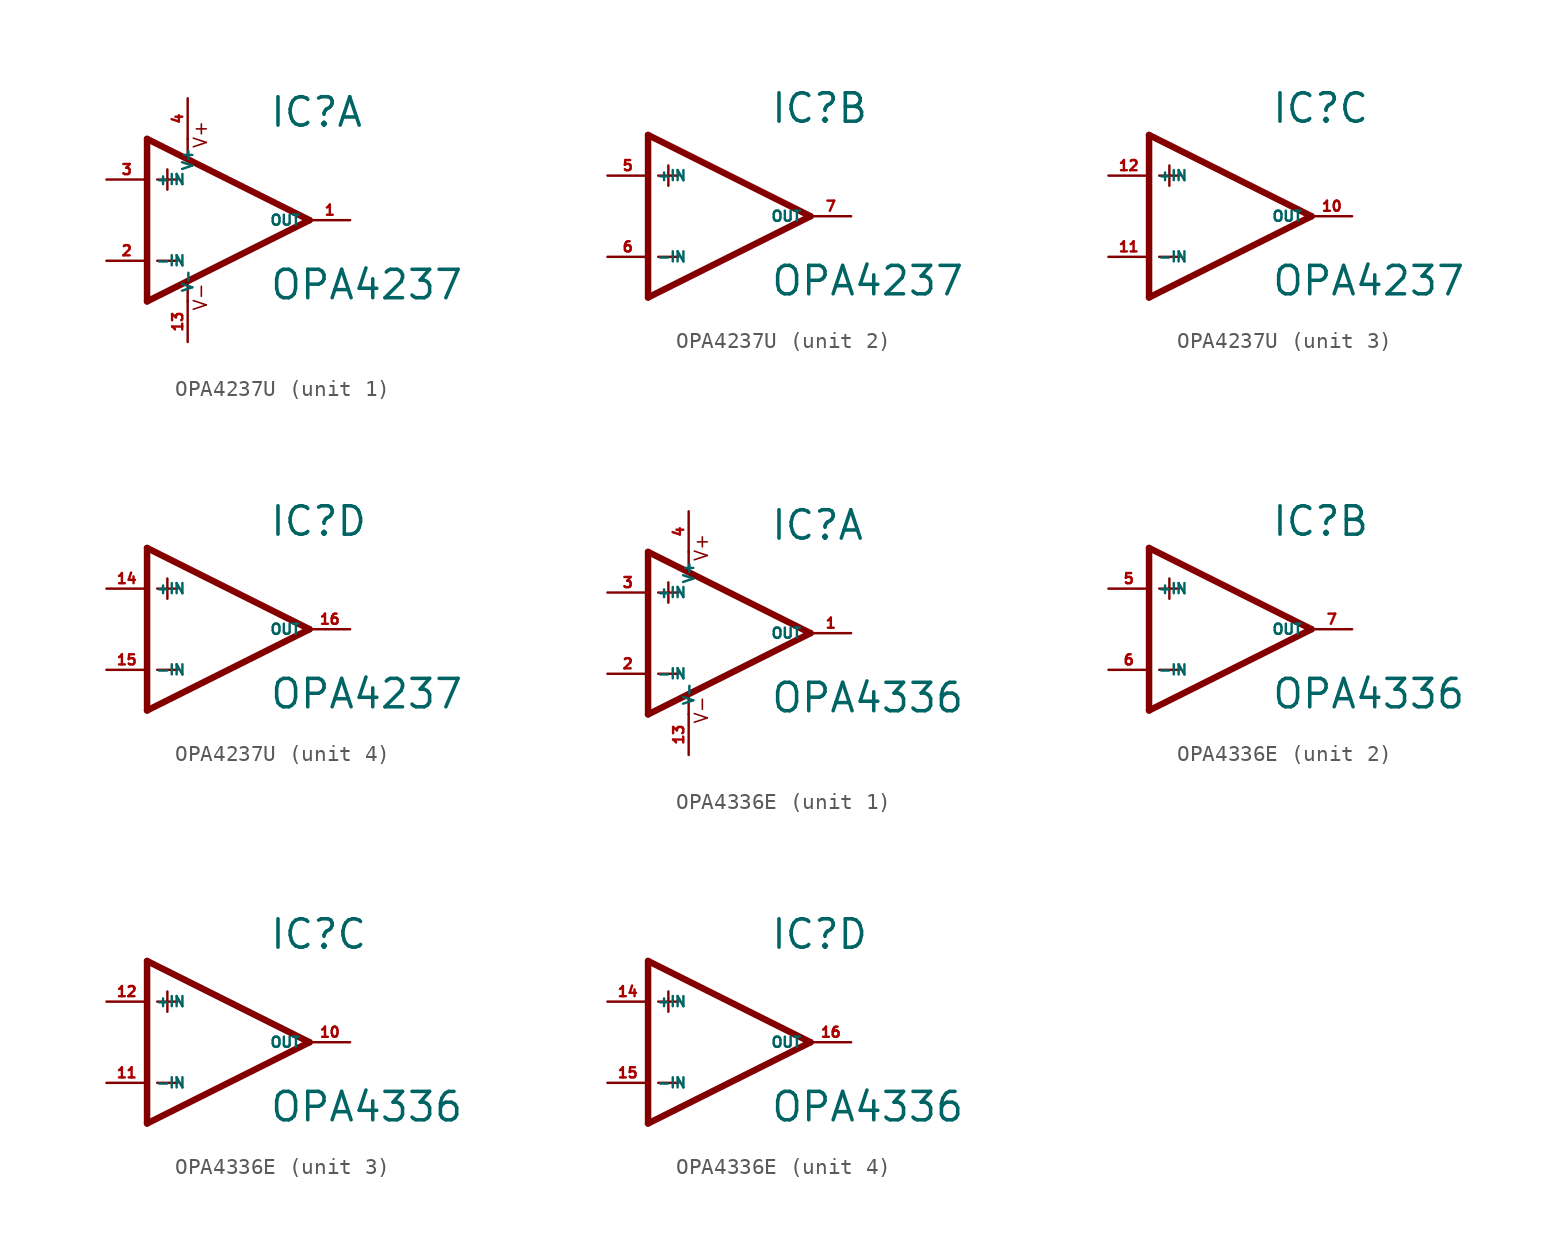
<source format=kicad_sym>
(kicad_symbol_lib
  (version 20220914)
  (generator Eagle2Kicad)
  (symbol "OPA4237U"
    (property "Reference" "IC"
      (at 2.54 5.715 0)
      (effects (font (size 1.778 1.778) (thickness 0.22)) (justify left bottom)))
    (property "Value" "OPA4237"
      (at 2.54 -5.08 0)
      (effects (font (size 1.778 1.778) (thickness 0.22)) (justify left bottom)))
    (symbol "OPA4237U_1_0"
      (polyline (pts (xy -3.81 3.175) (xy -3.81 1.905)) (stroke (width 0.152) (type default)) (fill (type none)))
      (polyline (pts (xy -4.445 2.54) (xy -3.175 2.54)) (stroke (width 0.152) (type default)) (fill (type none)))
      (polyline (pts (xy -4.445 -2.54) (xy -3.175 -2.54)) (stroke (width 0.152) (type default)) (fill (type none)))
      (polyline (pts (xy -2.54 5.08) (xy -2.54 3.886)) (stroke (width 0.152) (type default)) (fill (type none)))
      (polyline (pts (xy -2.54 -3.912) (xy -2.54 -5.08)) (stroke (width 0.152) (type default)) (fill (type none)))
      (polyline (pts (xy 5.08 0) (xy -5.08 5.08)) (stroke (width 0.406) (type default)) (fill (type none)))
      (polyline (pts (xy -5.08 5.08) (xy -5.08 -5.08)) (stroke (width 0.406) (type default)) (fill (type none)))
      (polyline (pts (xy -5.08 -5.08) (xy 5.08 0)) (stroke (width 0.406) (type default)) (fill (type none)))
      (text "V+" (at -1.27 4.445 900) (effects (font (size 0.813 0.813) (thickness 0.10)) (justify left bottom)))
      (text "V-" (at -1.27 -5.715 900) (effects (font (size 0.813 0.813) (thickness 0.10)) (justify left bottom)))
      (pin input line (at -7.62 -2.54 0) (length 2.54) (name "-IN" (effects (font (size 0.635 0.635) (thickness 0.08)) (justify left bottom))) (number "2" (effects (font (size 0.635 0.635) (thickness 0.08)) (justify left bottom))))
      (pin input line (at -7.62 2.54 0) (length 2.54) (name "+IN" (effects (font (size 0.635 0.635) (thickness 0.08)) (justify left bottom))) (number "3" (effects (font (size 0.635 0.635) (thickness 0.08)) (justify left bottom))))
      (pin output line (at 7.62 0 180) (length 2.54) (name "OUT" (effects (font (size 0.635 0.635) (thickness 0.08)) (justify left bottom))) (number "1" (effects (font (size 0.635 0.635) (thickness 0.08)) (justify left bottom))))
      (pin unspecified line (at -2.54 7.62 270) (length 2.54) (name "V+" (effects (font (size 0.635 0.635) (thickness 0.08)) (justify left bottom))) (number "4" (effects (font (size 0.635 0.635) (thickness 0.08)) (justify left bottom))))
      (pin unspecified line (at -2.54 -7.62 90) (length 2.54) (name "V-" (effects (font (size 0.635 0.635) (thickness 0.08)) (justify left bottom))) (number "13" (effects (font (size 0.635 0.635) (thickness 0.08)) (justify left bottom)))))
    (symbol "OPA4237U_2_0"
      (polyline (pts (xy -3.81 3.175) (xy -3.81 1.905)) (stroke (width 0.152) (type default)) (fill (type none)))
      (polyline (pts (xy -4.445 2.54) (xy -3.175 2.54)) (stroke (width 0.152) (type default)) (fill (type none)))
      (polyline (pts (xy -4.445 -2.54) (xy -3.175 -2.54)) (stroke (width 0.152) (type default)) (fill (type none)))
      (polyline (pts (xy 5.08 0) (xy -5.08 5.08)) (stroke (width 0.406) (type default)) (fill (type none)))
      (polyline (pts (xy -5.08 5.08) (xy -5.08 -5.08)) (stroke (width 0.406) (type default)) (fill (type none)))
      (polyline (pts (xy -5.08 -5.08) (xy 5.08 0)) (stroke (width 0.406) (type default)) (fill (type none)))
      (pin input line (at -7.62 -2.54 0) (length 2.54) (name "-IN" (effects (font (size 0.635 0.635) (thickness 0.08)) (justify left bottom))) (number "6" (effects (font (size 0.635 0.635) (thickness 0.08)) (justify left bottom))))
      (pin input line (at -7.62 2.54 0) (length 2.54) (name "+IN" (effects (font (size 0.635 0.635) (thickness 0.08)) (justify left bottom))) (number "5" (effects (font (size 0.635 0.635) (thickness 0.08)) (justify left bottom))))
      (pin output line (at 7.62 0 180) (length 2.54) (name "OUT" (effects (font (size 0.635 0.635) (thickness 0.08)) (justify left bottom))) (number "7" (effects (font (size 0.635 0.635) (thickness 0.08)) (justify left bottom)))))
    (symbol "OPA4237U_3_0"
      (polyline (pts (xy -3.81 3.175) (xy -3.81 1.905)) (stroke (width 0.152) (type default)) (fill (type none)))
      (polyline (pts (xy -4.445 2.54) (xy -3.175 2.54)) (stroke (width 0.152) (type default)) (fill (type none)))
      (polyline (pts (xy -4.445 -2.54) (xy -3.175 -2.54)) (stroke (width 0.152) (type default)) (fill (type none)))
      (polyline (pts (xy 5.08 0) (xy -5.08 5.08)) (stroke (width 0.406) (type default)) (fill (type none)))
      (polyline (pts (xy -5.08 5.08) (xy -5.08 -5.08)) (stroke (width 0.406) (type default)) (fill (type none)))
      (polyline (pts (xy -5.08 -5.08) (xy 5.08 0)) (stroke (width 0.406) (type default)) (fill (type none)))
      (pin input line (at -7.62 -2.54 0) (length 2.54) (name "-IN" (effects (font (size 0.635 0.635) (thickness 0.08)) (justify left bottom))) (number "11" (effects (font (size 0.635 0.635) (thickness 0.08)) (justify left bottom))))
      (pin input line (at -7.62 2.54 0) (length 2.54) (name "+IN" (effects (font (size 0.635 0.635) (thickness 0.08)) (justify left bottom))) (number "12" (effects (font (size 0.635 0.635) (thickness 0.08)) (justify left bottom))))
      (pin output line (at 7.62 0 180) (length 2.54) (name "OUT" (effects (font (size 0.635 0.635) (thickness 0.08)) (justify left bottom))) (number "10" (effects (font (size 0.635 0.635) (thickness 0.08)) (justify left bottom)))))
    (symbol "OPA4237U_4_0"
      (polyline (pts (xy -3.81 3.175) (xy -3.81 1.905)) (stroke (width 0.152) (type default)) (fill (type none)))
      (polyline (pts (xy -4.445 2.54) (xy -3.175 2.54)) (stroke (width 0.152) (type default)) (fill (type none)))
      (polyline (pts (xy -4.445 -2.54) (xy -3.175 -2.54)) (stroke (width 0.152) (type default)) (fill (type none)))
      (polyline (pts (xy 5.08 0) (xy -5.08 5.08)) (stroke (width 0.406) (type default)) (fill (type none)))
      (polyline (pts (xy -5.08 5.08) (xy -5.08 -5.08)) (stroke (width 0.406) (type default)) (fill (type none)))
      (polyline (pts (xy -5.08 -5.08) (xy 5.08 0)) (stroke (width 0.406) (type default)) (fill (type none)))
      (pin input line (at -7.62 -2.54 0) (length 2.54) (name "-IN" (effects (font (size 0.635 0.635) (thickness 0.08)) (justify left bottom))) (number "15" (effects (font (size 0.635 0.635) (thickness 0.08)) (justify left bottom))))
      (pin input line (at -7.62 2.54 0) (length 2.54) (name "+IN" (effects (font (size 0.635 0.635) (thickness 0.08)) (justify left bottom))) (number "14" (effects (font (size 0.635 0.635) (thickness 0.08)) (justify left bottom))))
      (pin output line (at 7.62 0 180) (length 2.54) (name "OUT" (effects (font (size 0.635 0.635) (thickness 0.08)) (justify left bottom))) (number "16" (effects (font (size 0.635 0.635) (thickness 0.08)) (justify left bottom))))))
  (symbol "OPA4336E"
    (property "Reference" "IC"
      (at 2.54 5.715 0)
      (effects (font (size 1.778 1.778) (thickness 0.22)) (justify left bottom)))
    (property "Value" "OPA4336"
      (at 2.54 -5.08 0)
      (effects (font (size 1.778 1.778) (thickness 0.22)) (justify left bottom)))
    (symbol "OPA4336E_1_0"
      (polyline (pts (xy -3.81 3.175) (xy -3.81 1.905)) (stroke (width 0.152) (type default)) (fill (type none)))
      (polyline (pts (xy -4.445 2.54) (xy -3.175 2.54)) (stroke (width 0.152) (type default)) (fill (type none)))
      (polyline (pts (xy -4.445 -2.54) (xy -3.175 -2.54)) (stroke (width 0.152) (type default)) (fill (type none)))
      (polyline (pts (xy -2.54 5.08) (xy -2.54 3.886)) (stroke (width 0.152) (type default)) (fill (type none)))
      (polyline (pts (xy -2.54 -3.912) (xy -2.54 -5.08)) (stroke (width 0.152) (type default)) (fill (type none)))
      (polyline (pts (xy 5.08 0) (xy -5.08 5.08)) (stroke (width 0.406) (type default)) (fill (type none)))
      (polyline (pts (xy -5.08 5.08) (xy -5.08 -5.08)) (stroke (width 0.406) (type default)) (fill (type none)))
      (polyline (pts (xy -5.08 -5.08) (xy 5.08 0)) (stroke (width 0.406) (type default)) (fill (type none)))
      (text "V+" (at -1.27 4.445 900) (effects (font (size 0.813 0.813) (thickness 0.10)) (justify left bottom)))
      (text "V-" (at -1.27 -5.715 900) (effects (font (size 0.813 0.813) (thickness 0.10)) (justify left bottom)))
      (pin input line (at -7.62 -2.54 0) (length 2.54) (name "-IN" (effects (font (size 0.635 0.635) (thickness 0.08)) (justify left bottom))) (number "2" (effects (font (size 0.635 0.635) (thickness 0.08)) (justify left bottom))))
      (pin input line (at -7.62 2.54 0) (length 2.54) (name "+IN" (effects (font (size 0.635 0.635) (thickness 0.08)) (justify left bottom))) (number "3" (effects (font (size 0.635 0.635) (thickness 0.08)) (justify left bottom))))
      (pin output line (at 7.62 0 180) (length 2.54) (name "OUT" (effects (font (size 0.635 0.635) (thickness 0.08)) (justify left bottom))) (number "1" (effects (font (size 0.635 0.635) (thickness 0.08)) (justify left bottom))))
      (pin unspecified line (at -2.54 7.62 270) (length 2.54) (name "V+" (effects (font (size 0.635 0.635) (thickness 0.08)) (justify left bottom))) (number "4" (effects (font (size 0.635 0.635) (thickness 0.08)) (justify left bottom))))
      (pin unspecified line (at -2.54 -7.62 90) (length 2.54) (name "V-" (effects (font (size 0.635 0.635) (thickness 0.08)) (justify left bottom))) (number "13" (effects (font (size 0.635 0.635) (thickness 0.08)) (justify left bottom)))))
    (symbol "OPA4336E_2_0"
      (polyline (pts (xy -3.81 3.175) (xy -3.81 1.905)) (stroke (width 0.152) (type default)) (fill (type none)))
      (polyline (pts (xy -4.445 2.54) (xy -3.175 2.54)) (stroke (width 0.152) (type default)) (fill (type none)))
      (polyline (pts (xy -4.445 -2.54) (xy -3.175 -2.54)) (stroke (width 0.152) (type default)) (fill (type none)))
      (polyline (pts (xy 5.08 0) (xy -5.08 5.08)) (stroke (width 0.406) (type default)) (fill (type none)))
      (polyline (pts (xy -5.08 5.08) (xy -5.08 -5.08)) (stroke (width 0.406) (type default)) (fill (type none)))
      (polyline (pts (xy -5.08 -5.08) (xy 5.08 0)) (stroke (width 0.406) (type default)) (fill (type none)))
      (pin input line (at -7.62 -2.54 0) (length 2.54) (name "-IN" (effects (font (size 0.635 0.635) (thickness 0.08)) (justify left bottom))) (number "6" (effects (font (size 0.635 0.635) (thickness 0.08)) (justify left bottom))))
      (pin input line (at -7.62 2.54 0) (length 2.54) (name "+IN" (effects (font (size 0.635 0.635) (thickness 0.08)) (justify left bottom))) (number "5" (effects (font (size 0.635 0.635) (thickness 0.08)) (justify left bottom))))
      (pin output line (at 7.62 0 180) (length 2.54) (name "OUT" (effects (font (size 0.635 0.635) (thickness 0.08)) (justify left bottom))) (number "7" (effects (font (size 0.635 0.635) (thickness 0.08)) (justify left bottom)))))
    (symbol "OPA4336E_3_0"
      (polyline (pts (xy -3.81 3.175) (xy -3.81 1.905)) (stroke (width 0.152) (type default)) (fill (type none)))
      (polyline (pts (xy -4.445 2.54) (xy -3.175 2.54)) (stroke (width 0.152) (type default)) (fill (type none)))
      (polyline (pts (xy -4.445 -2.54) (xy -3.175 -2.54)) (stroke (width 0.152) (type default)) (fill (type none)))
      (polyline (pts (xy 5.08 0) (xy -5.08 5.08)) (stroke (width 0.406) (type default)) (fill (type none)))
      (polyline (pts (xy -5.08 5.08) (xy -5.08 -5.08)) (stroke (width 0.406) (type default)) (fill (type none)))
      (polyline (pts (xy -5.08 -5.08) (xy 5.08 0)) (stroke (width 0.406) (type default)) (fill (type none)))
      (pin input line (at -7.62 -2.54 0) (length 2.54) (name "-IN" (effects (font (size 0.635 0.635) (thickness 0.08)) (justify left bottom))) (number "11" (effects (font (size 0.635 0.635) (thickness 0.08)) (justify left bottom))))
      (pin input line (at -7.62 2.54 0) (length 2.54) (name "+IN" (effects (font (size 0.635 0.635) (thickness 0.08)) (justify left bottom))) (number "12" (effects (font (size 0.635 0.635) (thickness 0.08)) (justify left bottom))))
      (pin output line (at 7.62 0 180) (length 2.54) (name "OUT" (effects (font (size 0.635 0.635) (thickness 0.08)) (justify left bottom))) (number "10" (effects (font (size 0.635 0.635) (thickness 0.08)) (justify left bottom)))))
    (symbol "OPA4336E_4_0"
      (polyline (pts (xy -3.81 3.175) (xy -3.81 1.905)) (stroke (width 0.152) (type default)) (fill (type none)))
      (polyline (pts (xy -4.445 2.54) (xy -3.175 2.54)) (stroke (width 0.152) (type default)) (fill (type none)))
      (polyline (pts (xy -4.445 -2.54) (xy -3.175 -2.54)) (stroke (width 0.152) (type default)) (fill (type none)))
      (polyline (pts (xy 5.08 0) (xy -5.08 5.08)) (stroke (width 0.406) (type default)) (fill (type none)))
      (polyline (pts (xy -5.08 5.08) (xy -5.08 -5.08)) (stroke (width 0.406) (type default)) (fill (type none)))
      (polyline (pts (xy -5.08 -5.08) (xy 5.08 0)) (stroke (width 0.406) (type default)) (fill (type none)))
      (pin input line (at -7.62 -2.54 0) (length 2.54) (name "-IN" (effects (font (size 0.635 0.635) (thickness 0.08)) (justify left bottom))) (number "15" (effects (font (size 0.635 0.635) (thickness 0.08)) (justify left bottom))))
      (pin input line (at -7.62 2.54 0) (length 2.54) (name "+IN" (effects (font (size 0.635 0.635) (thickness 0.08)) (justify left bottom))) (number "14" (effects (font (size 0.635 0.635) (thickness 0.08)) (justify left bottom))))
      (pin output line (at 7.62 0 180) (length 2.54) (name "OUT" (effects (font (size 0.635 0.635) (thickness 0.08)) (justify left bottom))) (number "16" (effects (font (size 0.635 0.635) (thickness 0.08)) (justify left bottom)))))))
</source>
